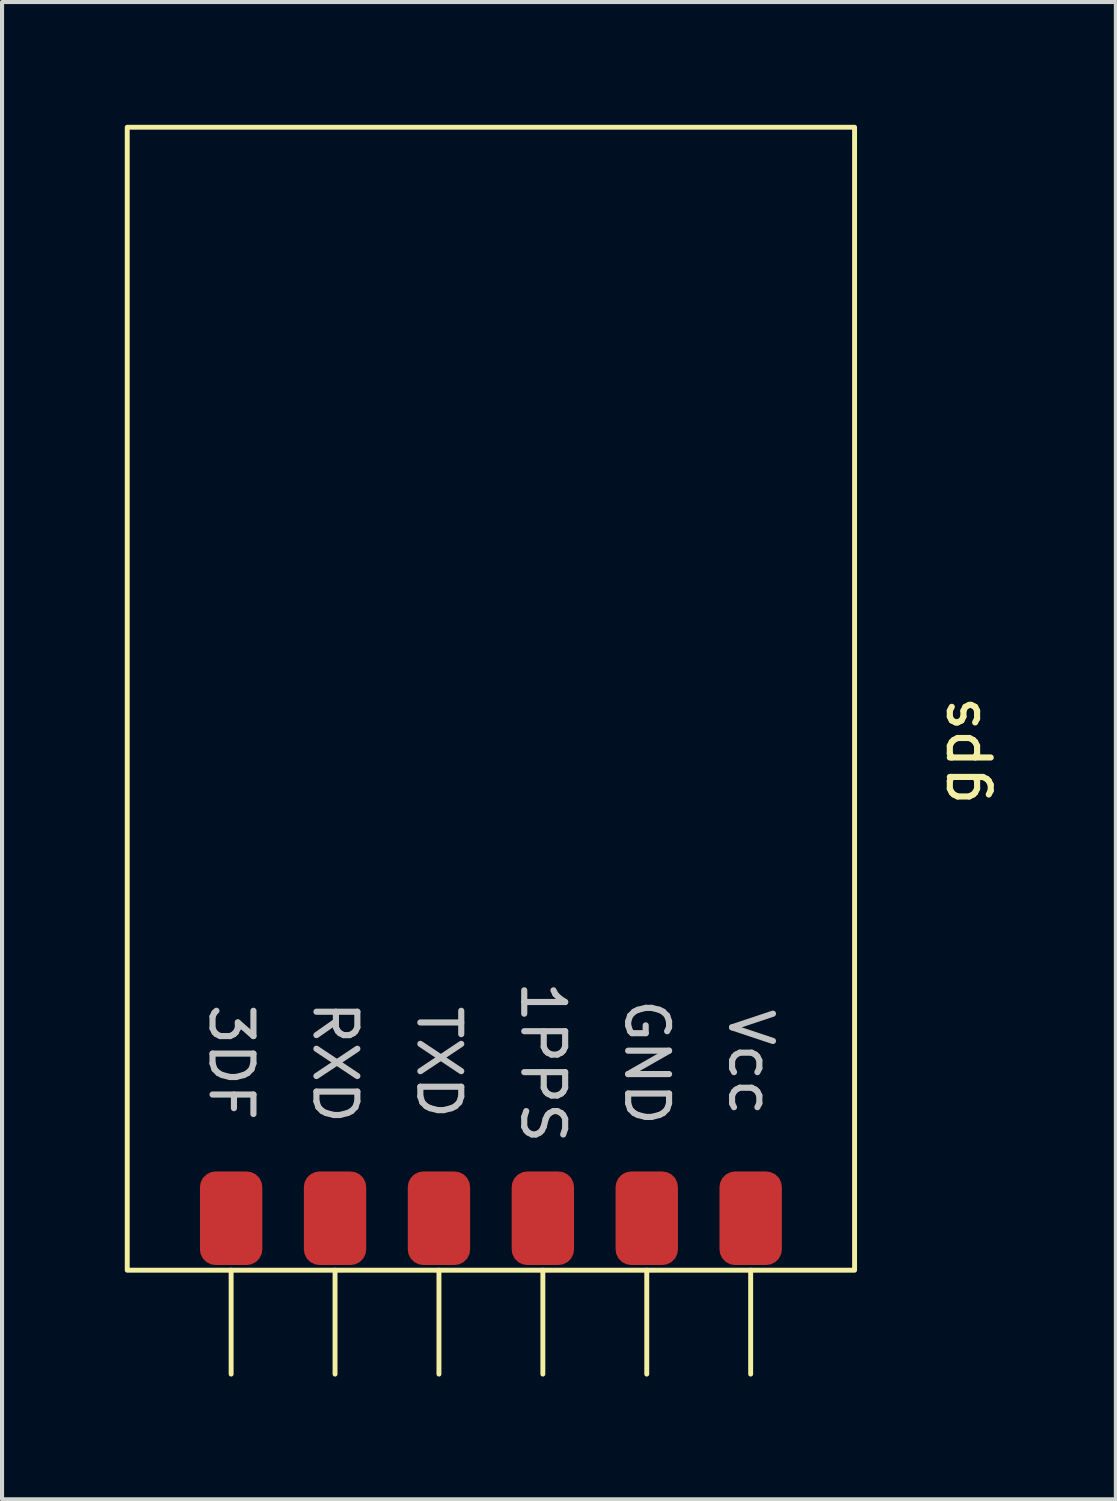
<source format=kicad_pcb>
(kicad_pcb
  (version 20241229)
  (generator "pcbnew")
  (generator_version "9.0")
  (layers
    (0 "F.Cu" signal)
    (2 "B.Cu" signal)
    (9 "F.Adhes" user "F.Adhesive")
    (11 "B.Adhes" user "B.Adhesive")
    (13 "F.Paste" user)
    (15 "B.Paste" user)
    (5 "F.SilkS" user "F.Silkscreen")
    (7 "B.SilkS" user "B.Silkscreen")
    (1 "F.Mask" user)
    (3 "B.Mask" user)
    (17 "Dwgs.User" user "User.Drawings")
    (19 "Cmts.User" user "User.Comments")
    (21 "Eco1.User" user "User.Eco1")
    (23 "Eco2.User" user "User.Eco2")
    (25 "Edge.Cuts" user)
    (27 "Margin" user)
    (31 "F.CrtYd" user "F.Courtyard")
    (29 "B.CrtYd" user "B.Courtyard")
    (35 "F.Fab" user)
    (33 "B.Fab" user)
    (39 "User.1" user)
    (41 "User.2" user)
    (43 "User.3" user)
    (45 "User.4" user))
  (footprint "gps"
    (layer "F.Cu")
    (at 10.22 28)
    (property "Reference" "gps" (at 10.16 -12.7 90) (unlocked yes) (layer "F.SilkS") (effects (font (size 1 1) (thickness 0.15))))
    (attr smd)
    (fp_line (start -7.62 0) (end -7.62 2.54) (stroke (width 0.12) (type solid)) (layer "F.SilkS"))
    (fp_line (start -5.08 0) (end -5.08 2.54) (stroke (width 0.12) (type solid)) (layer "F.SilkS"))
    (fp_line (start -2.54 0) (end -2.54 2.54) (stroke (width 0.12) (type solid)) (layer "F.SilkS"))
    (fp_line (start 0 0) (end 0 2.54) (stroke (width 0.12) (type solid)) (layer "F.SilkS"))
    (fp_line (start 2.54 0) (end 2.54 2.54) (stroke (width 0.12) (type solid)) (layer "F.SilkS"))
    (fp_line (start 5.08 0) (end 5.08 2.54) (stroke (width 0.12) (type solid)) (layer "F.SilkS"))
    (fp_rect (start -10.16 -27.94) (end 7.62 0) (stroke (width 0.12) (type solid)) (fill no) (layer "F.SilkS"))
    (fp_text user "1PPS" (at 0 -5.08 270) (unlocked yes) (layer "Dwgs.User") (effects (font (size 1 1) (thickness 0.15))))
    (fp_text user "TXD" (at -2.54 -5.08 270) (unlocked yes) (layer "Dwgs.User") (effects (font (size 1 1) (thickness 0.15))))
    (fp_text user "Vcc" (at 5.08 -5.08 270) (unlocked yes) (layer "Dwgs.User") (effects (font (size 1 1) (thickness 0.15))))
    (fp_text user "RXD" (at -5.08 -5.08 270) (unlocked yes) (layer "Dwgs.User") (effects (font (size 1 1) (thickness 0.15))))
    (fp_text user "GND" (at 2.54 -5.08 270) (unlocked yes) (layer "Dwgs.User") (effects (font (size 1 1) (thickness 0.15))))
    (fp_text user "3DF" (at -7.62 -5.08 270) (unlocked yes) (layer "Dwgs.User") (effects (font (size 1 1) (thickness 0.15))))
    (pad "1" smd roundrect (at -7.62 -1.27 90) (size 2.286 1.524) (layers "F.Cu" "F.Mask" "F.Paste") (roundrect_rratio 0.25))
    (pad "2" smd roundrect (at -5.08 -1.27 90) (size 2.286 1.524) (layers "F.Cu" "F.Mask" "F.Paste") (roundrect_rratio 0.25))
    (pad "3" smd roundrect (at -2.54 -1.27 90) (size 2.286 1.524) (layers "F.Cu" "F.Mask" "F.Paste") (roundrect_rratio 0.25))
    (pad "4" smd roundrect (at 0 -1.27 90) (size 2.286 1.524) (layers "F.Cu" "F.Mask" "F.Paste") (roundrect_rratio 0.25))
    (pad "5" smd roundrect (at 2.54 -1.27 90) (size 2.286 1.524) (layers "F.Cu" "F.Mask" "F.Paste") (roundrect_rratio 0.25))
    (pad "6" smd roundrect (at 5.08 -1.27 90) (size 2.286 1.524) (layers "F.Cu" "F.Mask" "F.Paste") (roundrect_rratio 0.25)))
  (gr_rect
    (start -3 -3)
    (end 24.228 33.6)
    (stroke (width 0.1) (type default))
    (fill no)
    (layer "Edge.Cuts")))
</source>
